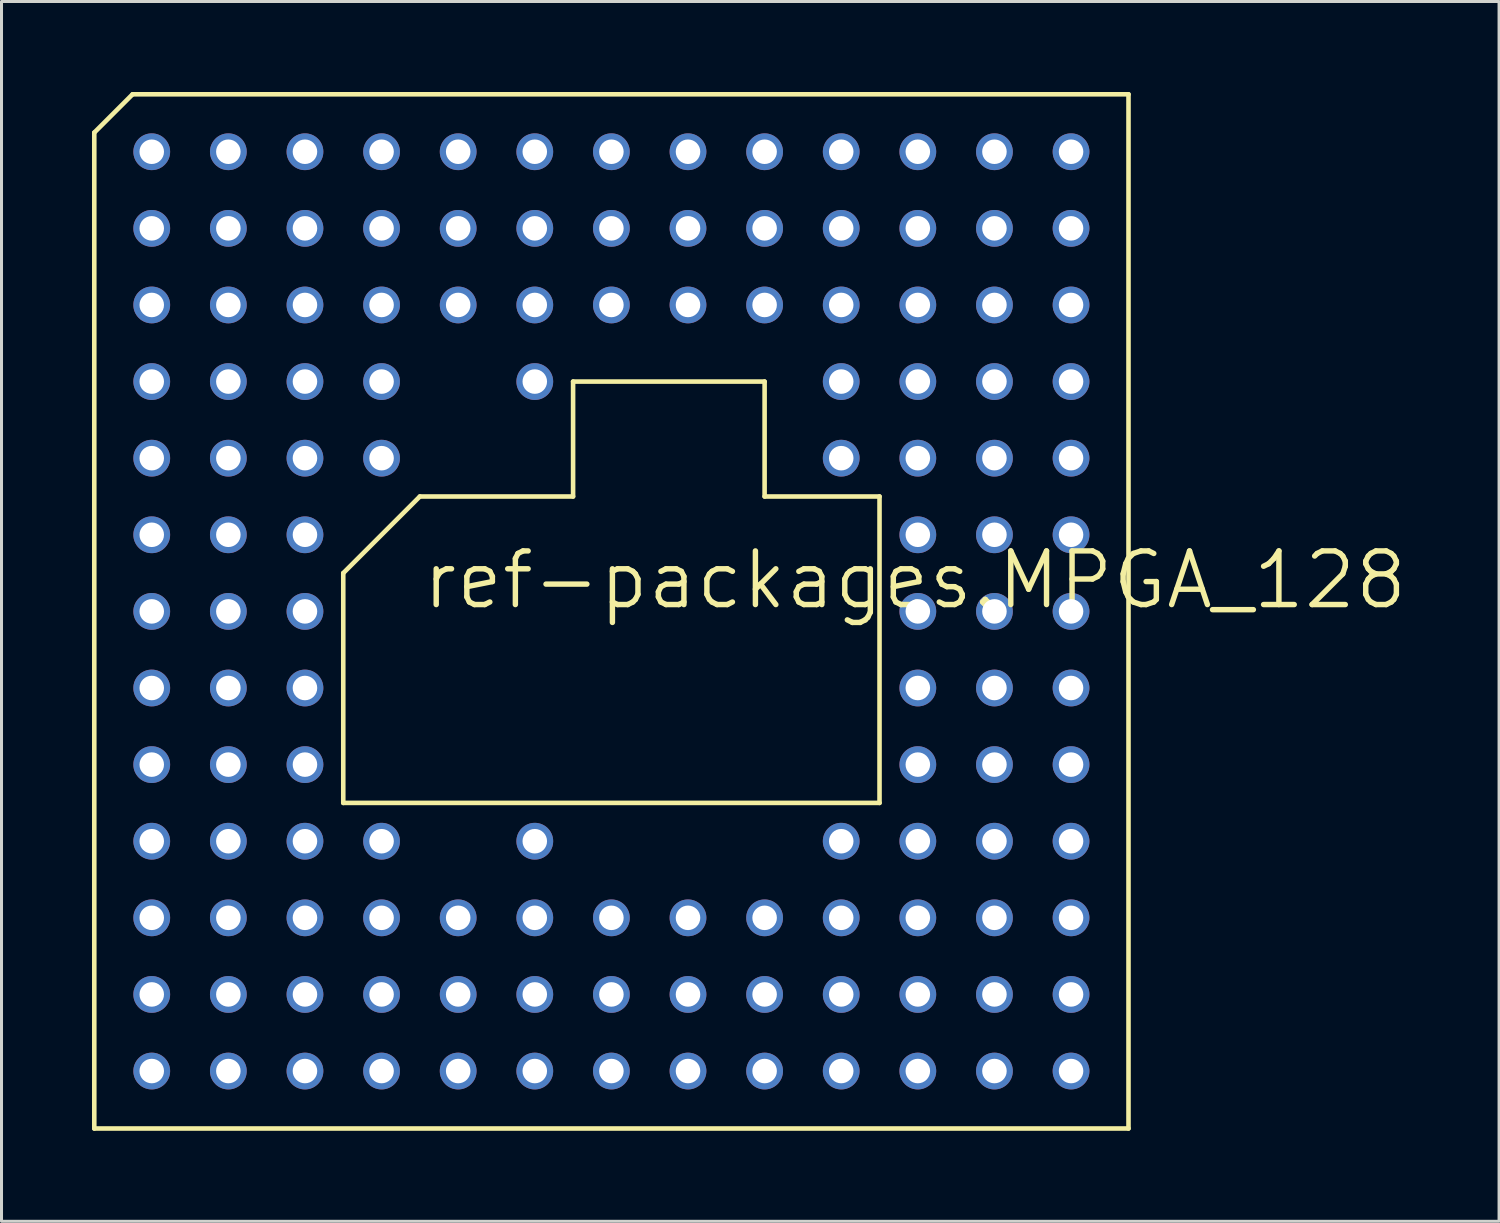
<source format=kicad_pcb>
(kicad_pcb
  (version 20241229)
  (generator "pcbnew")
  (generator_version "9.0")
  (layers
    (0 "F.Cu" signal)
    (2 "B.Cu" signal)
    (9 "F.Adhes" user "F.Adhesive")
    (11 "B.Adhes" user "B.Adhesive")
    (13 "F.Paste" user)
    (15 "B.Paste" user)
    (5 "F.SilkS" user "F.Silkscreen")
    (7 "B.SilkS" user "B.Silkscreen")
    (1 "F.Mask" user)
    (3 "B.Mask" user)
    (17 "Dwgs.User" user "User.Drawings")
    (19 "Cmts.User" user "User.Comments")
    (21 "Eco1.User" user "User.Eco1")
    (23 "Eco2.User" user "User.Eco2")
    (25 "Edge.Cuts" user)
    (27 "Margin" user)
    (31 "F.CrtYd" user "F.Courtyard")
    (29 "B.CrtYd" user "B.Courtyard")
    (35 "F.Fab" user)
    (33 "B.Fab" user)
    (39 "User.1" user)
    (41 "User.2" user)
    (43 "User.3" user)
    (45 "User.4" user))
  (footprint "ref-packages.MPGA_128"
    (layer "F.Cu")
    (at 17.221 17.221)
    (property "Reference" "ref-packages.MPGA_128" (at -6.35 0 0) (layer "F.SilkS") (effects (font (size 1.778 1.778) (thickness 0.18)) (justify left bottom)))
    (attr through_hole)
    (fp_line (start -17.145 -15.875) (end -15.875 -17.145) (stroke (width 0.152) (type default)) (layer "F.SilkS"))
    (fp_line (start -17.145 17.145) (end -17.145 -15.875) (stroke (width 0.152) (type default)) (layer "F.SilkS"))
    (fp_line (start -15.875 -17.145) (end 17.145 -17.145) (stroke (width 0.152) (type default)) (layer "F.SilkS"))
    (fp_line (start -8.89 6.35) (end -8.89 -1.27) (stroke (width 0.152) (type default)) (layer "F.SilkS"))
    (fp_line (start -6.35 -3.81) (end -8.89 -1.27) (stroke (width 0.152) (type default)) (layer "F.SilkS"))
    (fp_line (start -6.35 -3.81) (end -1.27 -3.81) (stroke (width 0.152) (type default)) (layer "F.SilkS"))
    (fp_line (start -1.27 -7.62) (end 5.08 -7.62) (stroke (width 0.152) (type default)) (layer "F.SilkS"))
    (fp_line (start -1.27 -3.81) (end -1.27 -7.62) (stroke (width 0.152) (type default)) (layer "F.SilkS"))
    (fp_line (start 5.08 -7.62) (end 5.08 -3.81) (stroke (width 0.152) (type default)) (layer "F.SilkS"))
    (fp_line (start 5.08 -3.81) (end 8.89 -3.81) (stroke (width 0.152) (type default)) (layer "F.SilkS"))
    (fp_line (start 8.89 -3.81) (end 8.89 6.35) (stroke (width 0.152) (type default)) (layer "F.SilkS"))
    (fp_line (start 8.89 6.35) (end -8.89 6.35) (stroke (width 0.152) (type default)) (layer "F.SilkS"))
    (fp_line (start 17.145 -17.145) (end 17.145 17.145) (stroke (width 0.152) (type default)) (layer "F.SilkS"))
    (fp_line (start 17.145 17.145) (end -17.145 17.145) (stroke (width 0.152) (type default)) (layer "F.SilkS"))
    (pad "A01" thru_hole circle (at -15.24 -15.24 90) (size 1.219 1.219) (drill 0.813) (layers "*.Cu" "*.Mask"))
    (pad "A02" thru_hole circle (at -12.7 -15.24 90) (size 1.219 1.219) (drill 0.813) (layers "*.Cu" "*.Mask"))
    (pad "A03" thru_hole circle (at -10.16 -15.24 90) (size 1.219 1.219) (drill 0.813) (layers "*.Cu" "*.Mask"))
    (pad "A04" thru_hole circle (at -7.62 -15.24 90) (size 1.219 1.219) (drill 0.813) (layers "*.Cu" "*.Mask"))
    (pad "A05" thru_hole circle (at -5.08 -15.24 90) (size 1.219 1.219) (drill 0.813) (layers "*.Cu" "*.Mask"))
    (pad "A06" thru_hole circle (at -2.54 -15.24 90) (size 1.219 1.219) (drill 0.813) (layers "*.Cu" "*.Mask"))
    (pad "A07" thru_hole circle (at 0 -15.24 90) (size 1.219 1.219) (drill 0.813) (layers "*.Cu" "*.Mask"))
    (pad "A08" thru_hole circle (at 2.54 -15.24 90) (size 1.219 1.219) (drill 0.813) (layers "*.Cu" "*.Mask"))
    (pad "A09" thru_hole circle (at 5.08 -15.24 90) (size 1.219 1.219) (drill 0.813) (layers "*.Cu" "*.Mask"))
    (pad "A10" thru_hole circle (at 7.62 -15.24 90) (size 1.219 1.219) (drill 0.813) (layers "*.Cu" "*.Mask"))
    (pad "A11" thru_hole circle (at 10.16 -15.24 90) (size 1.219 1.219) (drill 0.813) (layers "*.Cu" "*.Mask"))
    (pad "A12" thru_hole circle (at 12.7 -15.24 90) (size 1.219 1.219) (drill 0.813) (layers "*.Cu" "*.Mask"))
    (pad "A13" thru_hole circle (at 15.24 -15.24 90) (size 1.219 1.219) (drill 0.813) (layers "*.Cu" "*.Mask"))
    (pad "B01" thru_hole circle (at -15.24 -12.7 90) (size 1.219 1.219) (drill 0.813) (layers "*.Cu" "*.Mask"))
    (pad "B02" thru_hole circle (at -12.7 -12.7 90) (size 1.219 1.219) (drill 0.813) (layers "*.Cu" "*.Mask"))
    (pad "B03" thru_hole circle (at -10.16 -12.7 90) (size 1.219 1.219) (drill 0.813) (layers "*.Cu" "*.Mask"))
    (pad "B04" thru_hole circle (at -7.62 -12.7 90) (size 1.219 1.219) (drill 0.813) (layers "*.Cu" "*.Mask"))
    (pad "B05" thru_hole circle (at -5.08 -12.7 90) (size 1.219 1.219) (drill 0.813) (layers "*.Cu" "*.Mask"))
    (pad "B06" thru_hole circle (at -2.54 -12.7 90) (size 1.219 1.219) (drill 0.813) (layers "*.Cu" "*.Mask"))
    (pad "B07" thru_hole circle (at 0 -12.7 90) (size 1.219 1.219) (drill 0.813) (layers "*.Cu" "*.Mask"))
    (pad "B08" thru_hole circle (at 2.54 -12.7 90) (size 1.219 1.219) (drill 0.813) (layers "*.Cu" "*.Mask"))
    (pad "B09" thru_hole circle (at 5.08 -12.7 90) (size 1.219 1.219) (drill 0.813) (layers "*.Cu" "*.Mask"))
    (pad "B10" thru_hole circle (at 7.62 -12.7 90) (size 1.219 1.219) (drill 0.813) (layers "*.Cu" "*.Mask"))
    (pad "B11" thru_hole circle (at 10.16 -12.7 90) (size 1.219 1.219) (drill 0.813) (layers "*.Cu" "*.Mask"))
    (pad "B12" thru_hole circle (at 12.7 -12.7 90) (size 1.219 1.219) (drill 0.813) (layers "*.Cu" "*.Mask"))
    (pad "B13" thru_hole circle (at 15.24 -12.7 90) (size 1.219 1.219) (drill 0.813) (layers "*.Cu" "*.Mask"))
    (pad "C01" thru_hole circle (at -15.24 -10.16 90) (size 1.219 1.219) (drill 0.813) (layers "*.Cu" "*.Mask"))
    (pad "C02" thru_hole circle (at -12.7 -10.16 90) (size 1.219 1.219) (drill 0.813) (layers "*.Cu" "*.Mask"))
    (pad "C03" thru_hole circle (at -10.16 -10.16 90) (size 1.219 1.219) (drill 0.813) (layers "*.Cu" "*.Mask"))
    (pad "C04" thru_hole circle (at -7.62 -10.16 90) (size 1.219 1.219) (drill 0.813) (layers "*.Cu" "*.Mask"))
    (pad "C05" thru_hole circle (at -5.08 -10.16 90) (size 1.219 1.219) (drill 0.813) (layers "*.Cu" "*.Mask"))
    (pad "C06" thru_hole circle (at -2.54 -10.16 90) (size 1.219 1.219) (drill 0.813) (layers "*.Cu" "*.Mask"))
    (pad "C07" thru_hole circle (at 0 -10.16 90) (size 1.219 1.219) (drill 0.813) (layers "*.Cu" "*.Mask"))
    (pad "C08" thru_hole circle (at 2.54 -10.16 90) (size 1.219 1.219) (drill 0.813) (layers "*.Cu" "*.Mask"))
    (pad "C09" thru_hole circle (at 5.08 -10.16 90) (size 1.219 1.219) (drill 0.813) (layers "*.Cu" "*.Mask"))
    (pad "C10" thru_hole circle (at 7.62 -10.16 90) (size 1.219 1.219) (drill 0.813) (layers "*.Cu" "*.Mask"))
    (pad "C11" thru_hole circle (at 10.16 -10.16 90) (size 1.219 1.219) (drill 0.813) (layers "*.Cu" "*.Mask"))
    (pad "C12" thru_hole circle (at 12.7 -10.16 90) (size 1.219 1.219) (drill 0.813) (layers "*.Cu" "*.Mask"))
    (pad "C13" thru_hole circle (at 15.24 -10.16 90) (size 1.219 1.219) (drill 0.813) (layers "*.Cu" "*.Mask"))
    (pad "D01" thru_hole circle (at -15.24 -7.62 90) (size 1.219 1.219) (drill 0.813) (layers "*.Cu" "*.Mask"))
    (pad "D02" thru_hole circle (at -12.7 -7.62 90) (size 1.219 1.219) (drill 0.813) (layers "*.Cu" "*.Mask"))
    (pad "D03" thru_hole circle (at -10.16 -7.62 90) (size 1.219 1.219) (drill 0.813) (layers "*.Cu" "*.Mask"))
    (pad "D04" thru_hole circle (at -7.62 -7.62 90) (size 1.219 1.219) (drill 0.813) (layers "*.Cu" "*.Mask"))
    (pad "D06" thru_hole circle (at -2.54 -7.62 90) (size 1.219 1.219) (drill 0.813) (layers "*.Cu" "*.Mask"))
    (pad "D10" thru_hole circle (at 7.62 -7.62 90) (size 1.219 1.219) (drill 0.813) (layers "*.Cu" "*.Mask"))
    (pad "D11" thru_hole circle (at 10.16 -7.62 90) (size 1.219 1.219) (drill 0.813) (layers "*.Cu" "*.Mask"))
    (pad "D12" thru_hole circle (at 12.7 -7.62 90) (size 1.219 1.219) (drill 0.813) (layers "*.Cu" "*.Mask"))
    (pad "D13" thru_hole circle (at 15.24 -7.62 90) (size 1.219 1.219) (drill 0.813) (layers "*.Cu" "*.Mask"))
    (pad "E01" thru_hole circle (at -15.24 -5.08 90) (size 1.219 1.219) (drill 0.813) (layers "*.Cu" "*.Mask"))
    (pad "E02" thru_hole circle (at -12.7 -5.08 90) (size 1.219 1.219) (drill 0.813) (layers "*.Cu" "*.Mask"))
    (pad "E03" thru_hole circle (at -10.16 -5.08 90) (size 1.219 1.219) (drill 0.813) (layers "*.Cu" "*.Mask"))
    (pad "E04" thru_hole circle (at -7.62 -5.08 90) (size 1.219 1.219) (drill 0.813) (layers "*.Cu" "*.Mask"))
    (pad "E10" thru_hole circle (at 7.62 -5.08 90) (size 1.219 1.219) (drill 0.813) (layers "*.Cu" "*.Mask"))
    (pad "E11" thru_hole circle (at 10.16 -5.08 90) (size 1.219 1.219) (drill 0.813) (layers "*.Cu" "*.Mask"))
    (pad "E12" thru_hole circle (at 12.7 -5.08 90) (size 1.219 1.219) (drill 0.813) (layers "*.Cu" "*.Mask"))
    (pad "E13" thru_hole circle (at 15.24 -5.08 90) (size 1.219 1.219) (drill 0.813) (layers "*.Cu" "*.Mask"))
    (pad "F01" thru_hole circle (at -15.24 -2.54 90) (size 1.219 1.219) (drill 0.813) (layers "*.Cu" "*.Mask"))
    (pad "F02" thru_hole circle (at -12.7 -2.54 90) (size 1.219 1.219) (drill 0.813) (layers "*.Cu" "*.Mask"))
    (pad "F03" thru_hole circle (at -10.16 -2.54 90) (size 1.219 1.219) (drill 0.813) (layers "*.Cu" "*.Mask"))
    (pad "F11" thru_hole circle (at 10.16 -2.54 90) (size 1.219 1.219) (drill 0.813) (layers "*.Cu" "*.Mask"))
    (pad "F12" thru_hole circle (at 12.7 -2.54 90) (size 1.219 1.219) (drill 0.813) (layers "*.Cu" "*.Mask"))
    (pad "F13" thru_hole circle (at 15.24 -2.54 90) (size 1.219 1.219) (drill 0.813) (layers "*.Cu" "*.Mask"))
    (pad "G01" thru_hole circle (at -15.24 0 90) (size 1.219 1.219) (drill 0.813) (layers "*.Cu" "*.Mask"))
    (pad "G02" thru_hole circle (at -12.7 0 90) (size 1.219 1.219) (drill 0.813) (layers "*.Cu" "*.Mask"))
    (pad "G03" thru_hole circle (at -10.16 0 90) (size 1.219 1.219) (drill 0.813) (layers "*.Cu" "*.Mask"))
    (pad "G11" thru_hole circle (at 10.16 0 90) (size 1.219 1.219) (drill 0.813) (layers "*.Cu" "*.Mask"))
    (pad "G12" thru_hole circle (at 12.7 0 90) (size 1.219 1.219) (drill 0.813) (layers "*.Cu" "*.Mask"))
    (pad "G13" thru_hole circle (at 15.24 0 90) (size 1.219 1.219) (drill 0.813) (layers "*.Cu" "*.Mask"))
    (pad "H01" thru_hole circle (at -15.24 2.54 90) (size 1.219 1.219) (drill 0.813) (layers "*.Cu" "*.Mask"))
    (pad "H02" thru_hole circle (at -12.7 2.54 90) (size 1.219 1.219) (drill 0.813) (layers "*.Cu" "*.Mask"))
    (pad "H03" thru_hole circle (at -10.16 2.54 90) (size 1.219 1.219) (drill 0.813) (layers "*.Cu" "*.Mask"))
    (pad "H11" thru_hole circle (at 10.16 2.54 90) (size 1.219 1.219) (drill 0.813) (layers "*.Cu" "*.Mask"))
    (pad "H12" thru_hole circle (at 12.7 2.54 90) (size 1.219 1.219) (drill 0.813) (layers "*.Cu" "*.Mask"))
    (pad "H13" thru_hole circle (at 15.24 2.54 90) (size 1.219 1.219) (drill 0.813) (layers "*.Cu" "*.Mask"))
    (pad "J01" thru_hole circle (at -15.24 5.08 90) (size 1.219 1.219) (drill 0.813) (layers "*.Cu" "*.Mask"))
    (pad "J02" thru_hole circle (at -12.7 5.08 90) (size 1.219 1.219) (drill 0.813) (layers "*.Cu" "*.Mask"))
    (pad "J03" thru_hole circle (at -10.16 5.08 90) (size 1.219 1.219) (drill 0.813) (layers "*.Cu" "*.Mask"))
    (pad "J11" thru_hole circle (at 10.16 5.08 90) (size 1.219 1.219) (drill 0.813) (layers "*.Cu" "*.Mask"))
    (pad "J12" thru_hole circle (at 12.7 5.08 90) (size 1.219 1.219) (drill 0.813) (layers "*.Cu" "*.Mask"))
    (pad "J13" thru_hole circle (at 15.24 5.08 90) (size 1.219 1.219) (drill 0.813) (layers "*.Cu" "*.Mask"))
    (pad "K01" thru_hole circle (at -15.24 7.62 90) (size 1.219 1.219) (drill 0.813) (layers "*.Cu" "*.Mask"))
    (pad "K02" thru_hole circle (at -12.7 7.62 90) (size 1.219 1.219) (drill 0.813) (layers "*.Cu" "*.Mask"))
    (pad "K03" thru_hole circle (at -10.16 7.62 90) (size 1.219 1.219) (drill 0.813) (layers "*.Cu" "*.Mask"))
    (pad "K04" thru_hole circle (at -7.62 7.62 90) (size 1.219 1.219) (drill 0.813) (layers "*.Cu" "*.Mask"))
    (pad "K06" thru_hole circle (at -2.54 7.62 90) (size 1.219 1.219) (drill 0.813) (layers "*.Cu" "*.Mask"))
    (pad "K10" thru_hole circle (at 7.62 7.62 90) (size 1.219 1.219) (drill 0.813) (layers "*.Cu" "*.Mask"))
    (pad "K11" thru_hole circle (at 10.16 7.62 90) (size 1.219 1.219) (drill 0.813) (layers "*.Cu" "*.Mask"))
    (pad "K12" thru_hole circle (at 12.7 7.62 90) (size 1.219 1.219) (drill 0.813) (layers "*.Cu" "*.Mask"))
    (pad "K13" thru_hole circle (at 15.24 7.62 90) (size 1.219 1.219) (drill 0.813) (layers "*.Cu" "*.Mask"))
    (pad "L01" thru_hole circle (at -15.24 10.16 90) (size 1.219 1.219) (drill 0.813) (layers "*.Cu" "*.Mask"))
    (pad "L02" thru_hole circle (at -12.7 10.16 90) (size 1.219 1.219) (drill 0.813) (layers "*.Cu" "*.Mask"))
    (pad "L03" thru_hole circle (at -10.16 10.16 90) (size 1.219 1.219) (drill 0.813) (layers "*.Cu" "*.Mask"))
    (pad "L04" thru_hole circle (at -7.62 10.16 90) (size 1.219 1.219) (drill 0.813) (layers "*.Cu" "*.Mask"))
    (pad "L05" thru_hole circle (at -5.08 10.16 90) (size 1.219 1.219) (drill 0.813) (layers "*.Cu" "*.Mask"))
    (pad "L06" thru_hole circle (at -2.54 10.16 90) (size 1.219 1.219) (drill 0.813) (layers "*.Cu" "*.Mask"))
    (pad "L07" thru_hole circle (at 0 10.16 90) (size 1.219 1.219) (drill 0.813) (layers "*.Cu" "*.Mask"))
    (pad "L08" thru_hole circle (at 2.54 10.16 90) (size 1.219 1.219) (drill 0.813) (layers "*.Cu" "*.Mask"))
    (pad "L09" thru_hole circle (at 5.08 10.16 90) (size 1.219 1.219) (drill 0.813) (layers "*.Cu" "*.Mask"))
    (pad "L10" thru_hole circle (at 7.62 10.16 90) (size 1.219 1.219) (drill 0.813) (layers "*.Cu" "*.Mask"))
    (pad "L11" thru_hole circle (at 10.16 10.16 90) (size 1.219 1.219) (drill 0.813) (layers "*.Cu" "*.Mask"))
    (pad "L12" thru_hole circle (at 12.7 10.16 90) (size 1.219 1.219) (drill 0.813) (layers "*.Cu" "*.Mask"))
    (pad "L13" thru_hole circle (at 15.24 10.16 90) (size 1.219 1.219) (drill 0.813) (layers "*.Cu" "*.Mask"))
    (pad "M01" thru_hole circle (at -15.24 12.7 90) (size 1.219 1.219) (drill 0.813) (layers "*.Cu" "*.Mask"))
    (pad "M02" thru_hole circle (at -12.7 12.7 90) (size 1.219 1.219) (drill 0.813) (layers "*.Cu" "*.Mask"))
    (pad "M03" thru_hole circle (at -10.16 12.7 90) (size 1.219 1.219) (drill 0.813) (layers "*.Cu" "*.Mask"))
    (pad "M04" thru_hole circle (at -7.62 12.7 90) (size 1.219 1.219) (drill 0.813) (layers "*.Cu" "*.Mask"))
    (pad "M05" thru_hole circle (at -5.08 12.7 90) (size 1.219 1.219) (drill 0.813) (layers "*.Cu" "*.Mask"))
    (pad "M06" thru_hole circle (at -2.54 12.7 90) (size 1.219 1.219) (drill 0.813) (layers "*.Cu" "*.Mask"))
    (pad "M07" thru_hole circle (at 0 12.7 90) (size 1.219 1.219) (drill 0.813) (layers "*.Cu" "*.Mask"))
    (pad "M08" thru_hole circle (at 2.54 12.7 90) (size 1.219 1.219) (drill 0.813) (layers "*.Cu" "*.Mask"))
    (pad "M09" thru_hole circle (at 5.08 12.7 90) (size 1.219 1.219) (drill 0.813) (layers "*.Cu" "*.Mask"))
    (pad "M10" thru_hole circle (at 7.62 12.7 90) (size 1.219 1.219) (drill 0.813) (layers "*.Cu" "*.Mask"))
    (pad "M11" thru_hole circle (at 10.16 12.7 90) (size 1.219 1.219) (drill 0.813) (layers "*.Cu" "*.Mask"))
    (pad "M12" thru_hole circle (at 12.7 12.7 90) (size 1.219 1.219) (drill 0.813) (layers "*.Cu" "*.Mask"))
    (pad "M13" thru_hole circle (at 15.24 12.7 90) (size 1.219 1.219) (drill 0.813) (layers "*.Cu" "*.Mask"))
    (pad "N01" thru_hole circle (at -15.24 15.24 90) (size 1.219 1.219) (drill 0.813) (layers "*.Cu" "*.Mask"))
    (pad "N02" thru_hole circle (at -12.7 15.24 90) (size 1.219 1.219) (drill 0.813) (layers "*.Cu" "*.Mask"))
    (pad "N03" thru_hole circle (at -10.16 15.24 90) (size 1.219 1.219) (drill 0.813) (layers "*.Cu" "*.Mask"))
    (pad "N04" thru_hole circle (at -7.62 15.24 90) (size 1.219 1.219) (drill 0.813) (layers "*.Cu" "*.Mask"))
    (pad "N05" thru_hole circle (at -5.08 15.24 90) (size 1.219 1.219) (drill 0.813) (layers "*.Cu" "*.Mask"))
    (pad "N06" thru_hole circle (at -2.54 15.24 90) (size 1.219 1.219) (drill 0.813) (layers "*.Cu" "*.Mask"))
    (pad "N07" thru_hole circle (at 0 15.24 90) (size 1.219 1.219) (drill 0.813) (layers "*.Cu" "*.Mask"))
    (pad "N08" thru_hole circle (at 2.54 15.24 90) (size 1.219 1.219) (drill 0.813) (layers "*.Cu" "*.Mask"))
    (pad "N09" thru_hole circle (at 5.08 15.24 90) (size 1.219 1.219) (drill 0.813) (layers "*.Cu" "*.Mask"))
    (pad "N10" thru_hole circle (at 7.62 15.24 90) (size 1.219 1.219) (drill 0.813) (layers "*.Cu" "*.Mask"))
    (pad "N11" thru_hole circle (at 10.16 15.24 90) (size 1.219 1.219) (drill 0.813) (layers "*.Cu" "*.Mask"))
    (pad "N12" thru_hole circle (at 12.7 15.24 90) (size 1.219 1.219) (drill 0.813) (layers "*.Cu" "*.Mask"))
    (pad "N13" thru_hole circle (at 15.24 15.24 90) (size 1.219 1.219) (drill 0.813) (layers "*.Cu" "*.Mask")))
  (gr_rect
    (start -3 -3)
    (end 46.652 37.442)
    (stroke (width 0.1) (type default))
    (fill no)
    (layer "Edge.Cuts")))
</source>
